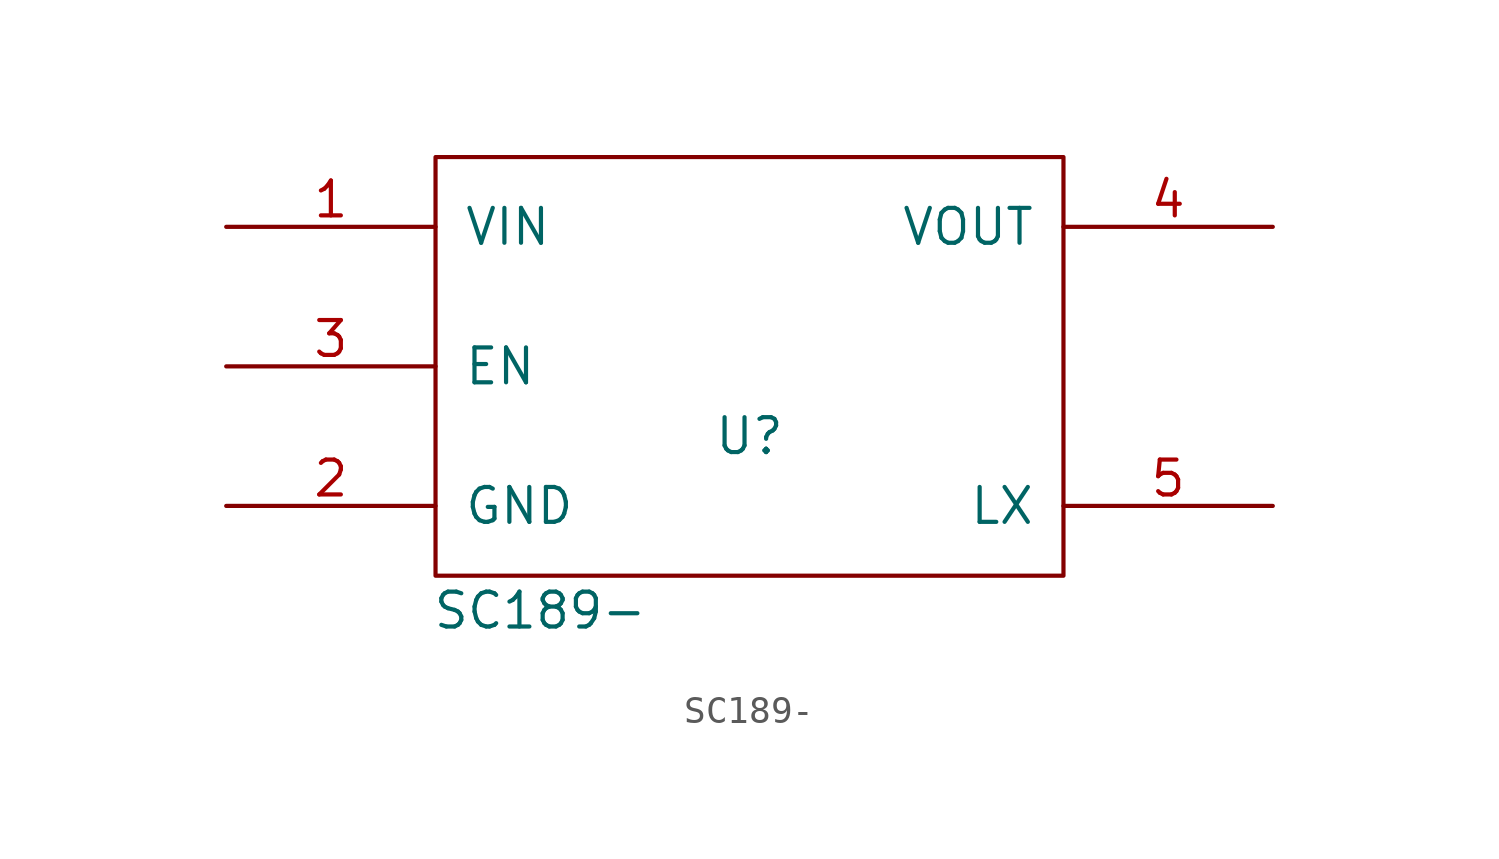
<source format=kicad_sym>
(kicad_symbol_lib
  (version 20220914)
  (generator kicad_symbol_editor)
  (symbol "SC189-"
    (pin_names
      (offset 1.016))
    (property "Reference" "U"
      (at 0 -2.54 0)
      (effects (font (size 1.27 1.27))))
    (property "Value" "SC189-"
      (at -7.62 -8.89 0)
      (effects (font (size 1.27 1.27))))
    (symbol "SC189-_1_0"
      (rectangle (start -11.43 -7.62) (end 11.43 7.62) (stroke (width 0) (type solid)) (fill (type none))))
    (symbol "SC189-_1_1"
      (pin power_in line (at -19.05 5.08 0) (length 7.62) (name "VIN" (effects (font (size 1.27 1.27)))) (number "1" (effects (font (size 1.27 1.27)))))
      (pin input line (at -19.05 -5.08 0) (length 7.62) (name "GND" (effects (font (size 1.27 1.27)))) (number "2" (effects (font (size 1.27 1.27)))))
      (pin input line (at -19.05 0 0) (length 7.62) (name "EN" (effects (font (size 1.27 1.27)))) (number "3" (effects (font (size 1.27 1.27)))))
      (pin power_out line (at 19.05 5.08 180) (length 7.62) (name "VOUT" (effects (font (size 1.27 1.27)))) (number "4" (effects (font (size 1.27 1.27)))))
      (pin input line (at 19.05 -5.08 180) (length 7.62) (name "LX" (effects (font (size 1.27 1.27)))) (number "5" (effects (font (size 1.27 1.27))))))))
</source>
